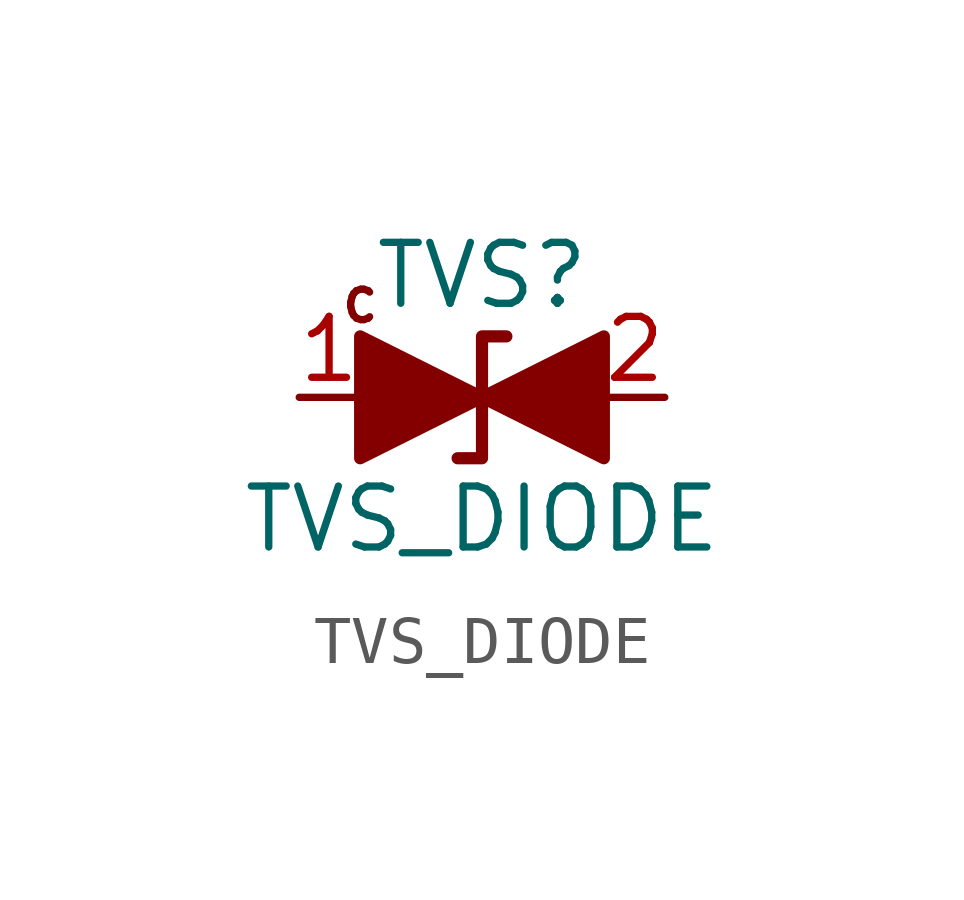
<source format=kicad_sym>
(kicad_symbol_lib
  (version 20211014)
  (generator kicad_symbol_editor)
  (symbol "TVS_DIODE"
    (pin_names
      (offset 1.016))
    (property "Reference" "TVS"
      (at 0 2.54 0)
      (effects (font (size 1.27 1.27))))
    (property "Value" "TVS_DIODE"
      (at 0 -2.54 0)
      (effects (font (size 1.27 1.27))))
    (symbol "TVS_DIODE_1_1"
      (polyline (pts (xy 1.27 0) (xy -1.27 0)) (stroke (width 0) (type default) (color 0 0 0 0)) (fill (type none)))
      (polyline (pts (xy -2.54 -1.27) (xy 0 0) (xy -2.54 1.27) (xy -2.54 -1.27)) (stroke (width 0.254) (type default) (color 0 0 0 0)) (fill (type outline)))
      (polyline (pts (xy 0.508 1.27) (xy 0 1.27) (xy 0 -1.27) (xy -0.508 -1.27)) (stroke (width 0.254) (type default) (color 0 0 0 0)) (fill (type none)))
      (polyline (pts (xy 2.54 1.27) (xy 2.54 -1.27) (xy 0 0) (xy 2.54 1.27)) (stroke (width 0.254) (type default) (color 0 0 0 0)) (fill (type outline)))
      (text "C" (at -2.54 1.905 0) (effects (font (size 0.635 0.635))))
      (pin passive line (at -3.81 0 0) (length 1.245) (name "~" (effects (font (size 1.27 1.27)))) (number "1" (effects (font (size 1.27 1.27)))))
      (pin passive line (at 3.81 0 180) (length 1.245) (name "~" (effects (font (size 1.27 1.27)))) (number "2" (effects (font (size 1.27 1.27))))))))
</source>
